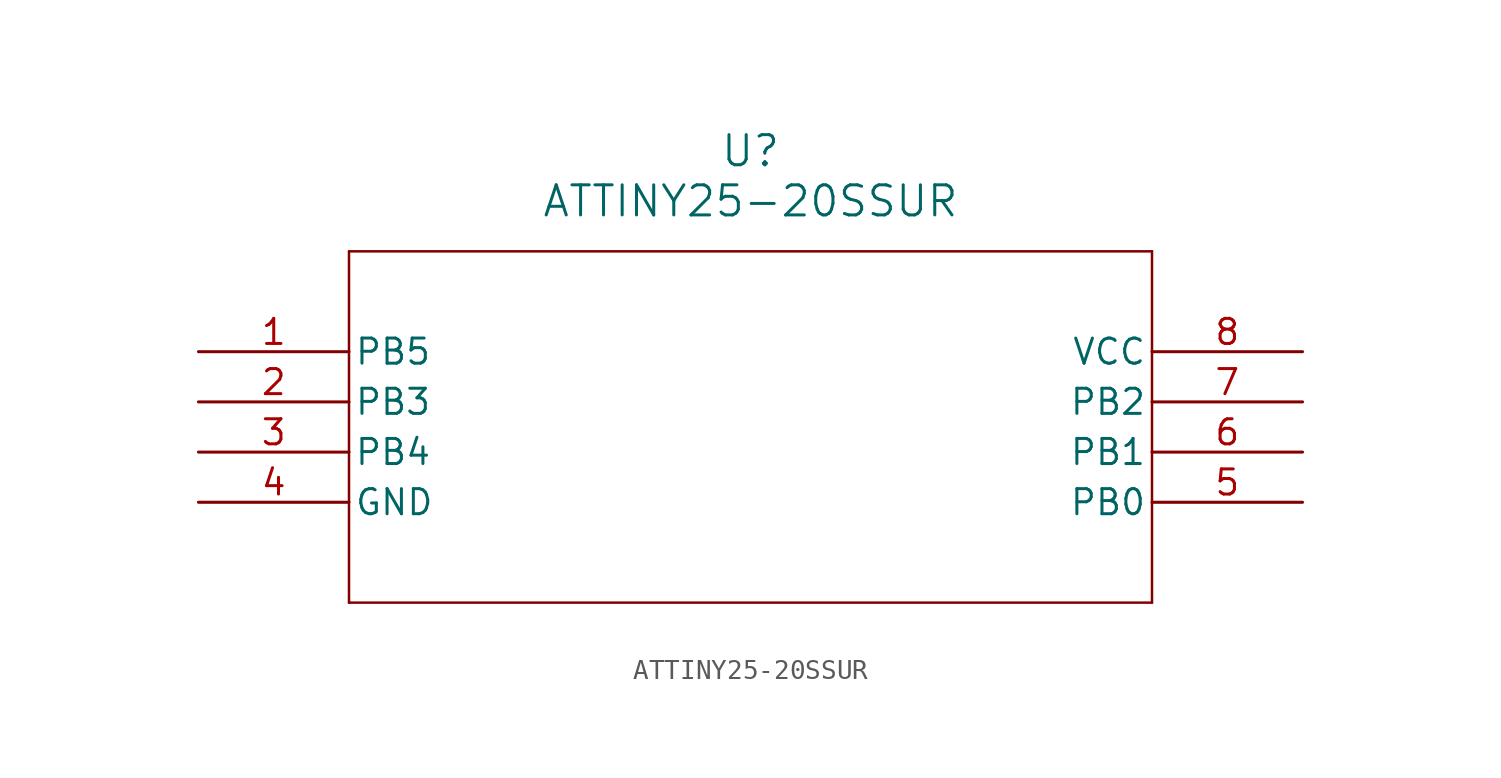
<source format=kicad_sym>
(kicad_symbol_lib
  (version 20211014)
  (generator kicad_symbol_editor)
  (symbol "ATTINY25-20SSUR"
    (pin_names
      (offset 0.254))
    (property "Reference" "U"
      (at 27.94 10.16 0)
      (effects (font (size 1.524 1.524))))
    (property "Value" "ATTINY25-20SSUR"
      (at 27.94 7.62 0)
      (effects (font (size 1.524 1.524))))
    (symbol "ATTINY25-20SSUR_0_1"
      (polyline (pts (xy 7.62 5.08) (xy 7.62 -12.7)) (stroke (width 0.127) (type default) (color 0 0 0 0)) (fill (type none)))
      (polyline (pts (xy 7.62 -12.7) (xy 48.26 -12.7)) (stroke (width 0.127) (type default) (color 0 0 0 0)) (fill (type none)))
      (polyline (pts (xy 48.26 -12.7) (xy 48.26 5.08)) (stroke (width 0.127) (type default) (color 0 0 0 0)) (fill (type none)))
      (polyline (pts (xy 48.26 5.08) (xy 7.62 5.08)) (stroke (width 0.127) (type default) (color 0 0 0 0)) (fill (type none)))
      (pin unspecified line (at 0 0 0) (length 7.62) (name "PB5" (effects (font (size 1.27 1.27)))) (number "1" (effects (font (size 1.27 1.27)))))
      (pin unspecified line (at 0 -2.54 0) (length 7.62) (name "PB3" (effects (font (size 1.27 1.27)))) (number "2" (effects (font (size 1.27 1.27)))))
      (pin unspecified line (at 0 -5.08 0) (length 7.62) (name "PB4" (effects (font (size 1.27 1.27)))) (number "3" (effects (font (size 1.27 1.27)))))
      (pin unspecified line (at 0 -7.62 0) (length 7.62) (name "GND" (effects (font (size 1.27 1.27)))) (number "4" (effects (font (size 1.27 1.27)))))
      (pin unspecified line (at 55.88 -7.62 180) (length 7.62) (name "PB0" (effects (font (size 1.27 1.27)))) (number "5" (effects (font (size 1.27 1.27)))))
      (pin unspecified line (at 55.88 -5.08 180) (length 7.62) (name "PB1" (effects (font (size 1.27 1.27)))) (number "6" (effects (font (size 1.27 1.27)))))
      (pin unspecified line (at 55.88 -2.54 180) (length 7.62) (name "PB2" (effects (font (size 1.27 1.27)))) (number "7" (effects (font (size 1.27 1.27)))))
      (pin unspecified line (at 55.88 0 180) (length 7.62) (name "VCC" (effects (font (size 1.27 1.27)))) (number "8" (effects (font (size 1.27 1.27))))))))
</source>
